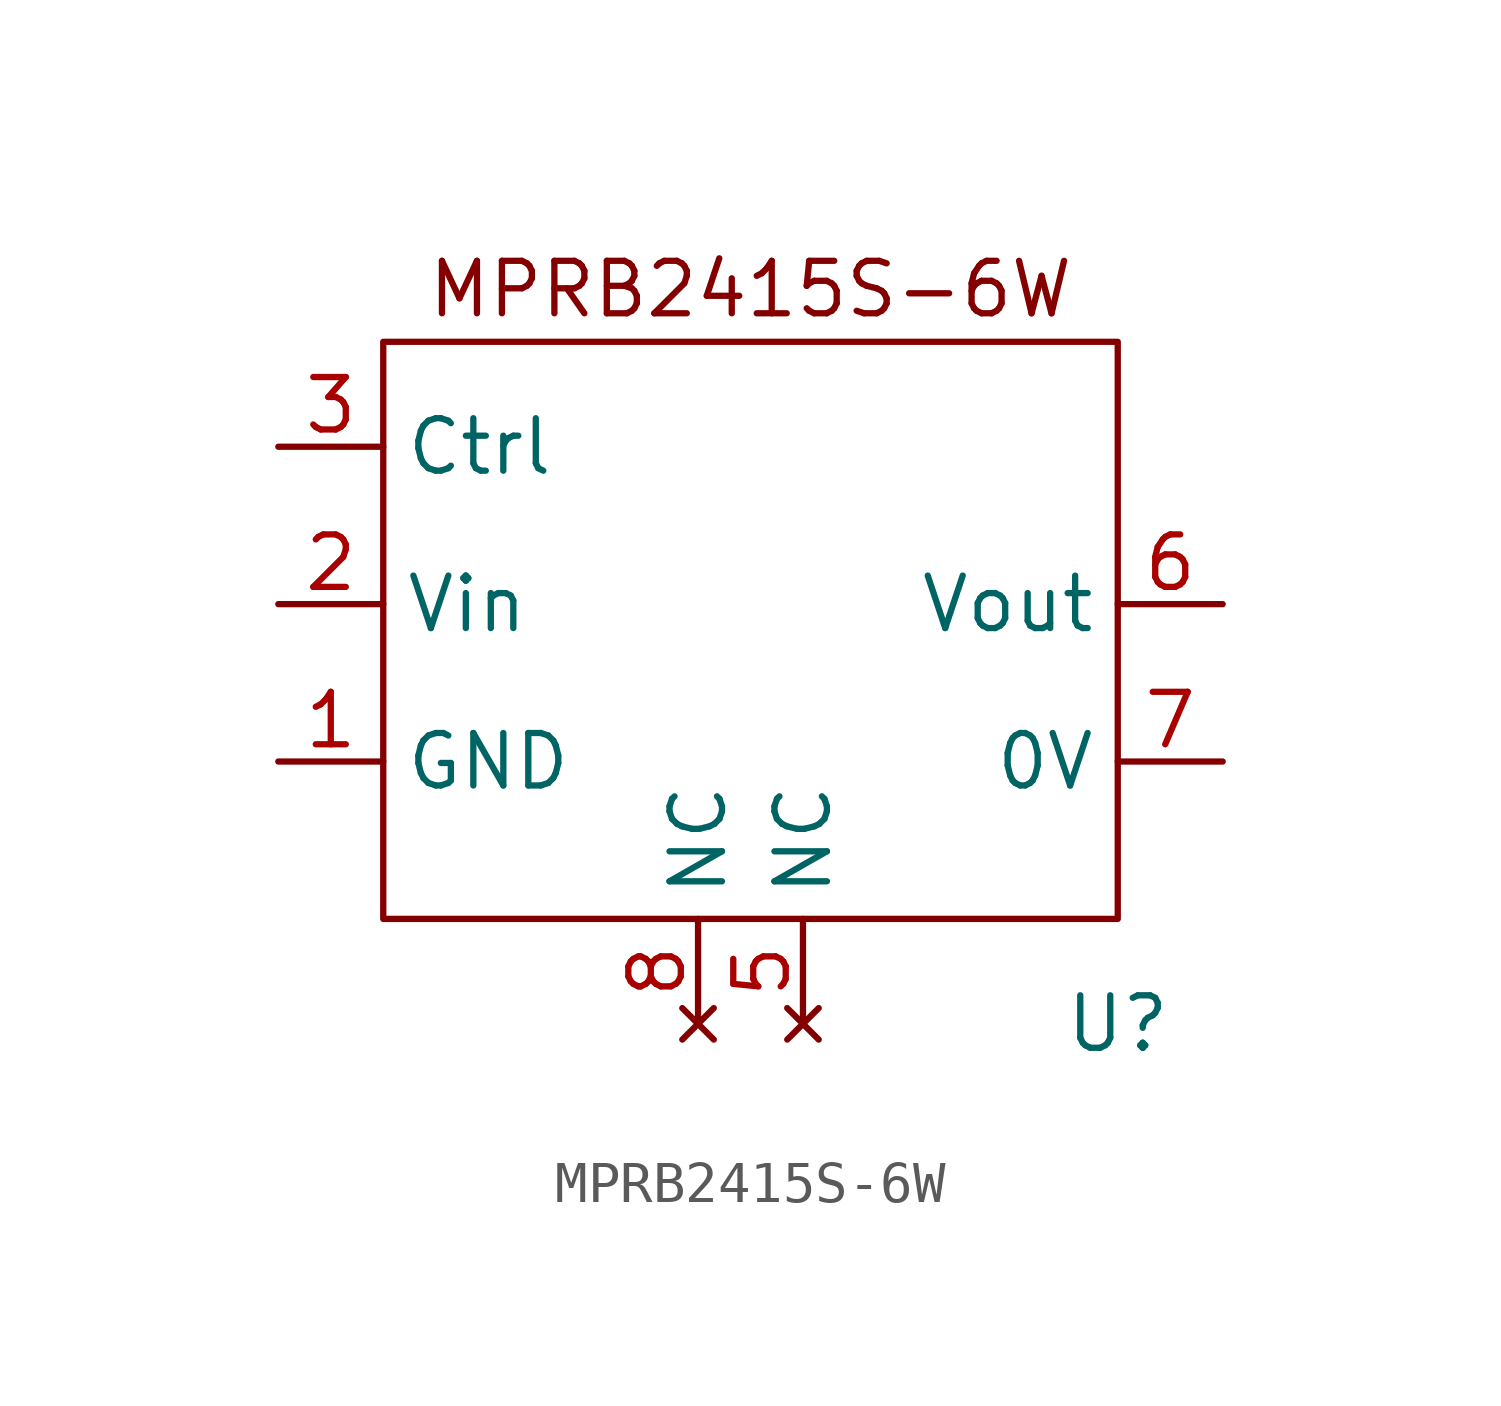
<source format=kicad_sym>
(kicad_symbol_lib
  (version 20220914)
  (generator kicad_symbol_editor)
  (symbol "MPRB2415S-6W"
    (property "Reference" "U"
      (at 8.89 -10.16 0)
      (effects (font (size 1.27 1.27))))
    (property "Value" ""
      (at 0 0 0)
      (effects (font (size 1.27 1.27))))
    (symbol "MPRB2415S-6W_1_1"
      (rectangle (start -8.89 6.35) (end 8.89 -7.62) (stroke (width 0) (type default)) (fill (type none)))
      (text "MPRB2415S-6W" (at 0 7.62 0) (effects (font (size 1.27 1.27))))
      (pin power_in line (at -11.43 -3.81 0) (length 2.54) (name "GND" (effects (font (size 1.27 1.27)))) (number "1" (effects (font (size 1.27 1.27)))))
      (pin power_in line (at -11.43 0 0) (length 2.54) (name "Vin" (effects (font (size 1.27 1.27)))) (number "2" (effects (font (size 1.27 1.27)))))
      (pin bidirectional line (at -11.43 3.81 0) (length 2.54) (name "Ctrl" (effects (font (size 1.27 1.27)))) (number "3" (effects (font (size 1.27 1.27)))))
      (pin no_connect line (at 1.27 -10.16 90) (length 2.54) (name "NC" (effects (font (size 1.27 1.27)))) (number "5" (effects (font (size 1.27 1.27)))))
      (pin power_out line (at 11.43 0 180) (length 2.54) (name "Vout" (effects (font (size 1.27 1.27)))) (number "6" (effects (font (size 1.27 1.27)))))
      (pin power_out line (at 11.43 -3.81 180) (length 2.54) (name "0V" (effects (font (size 1.27 1.27)))) (number "7" (effects (font (size 1.27 1.27)))))
      (pin no_connect line (at -1.27 -10.16 90) (length 2.54) (name "NC" (effects (font (size 1.27 1.27)))) (number "8" (effects (font (size 1.27 1.27))))))))
</source>
